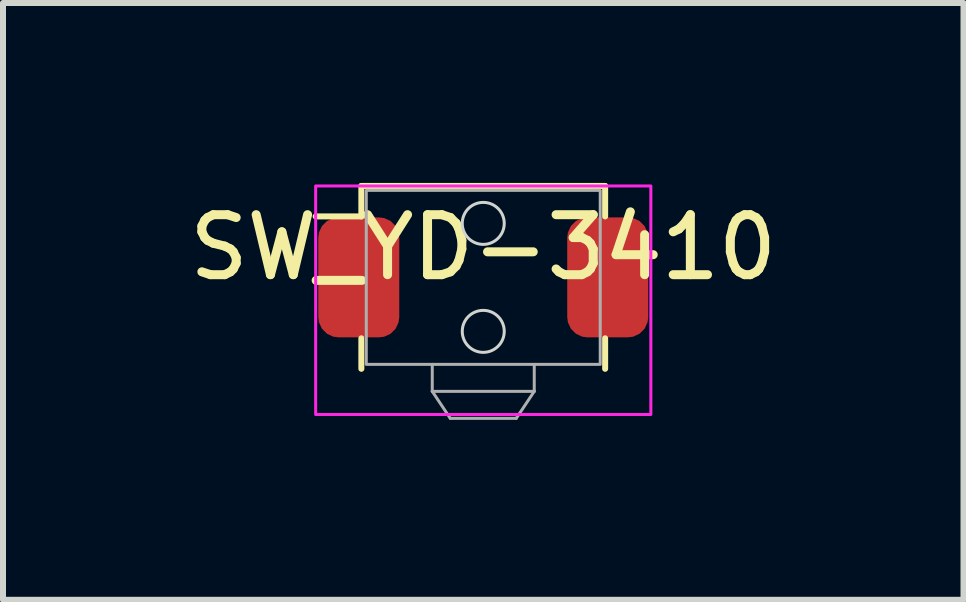
<source format=kicad_pcb>
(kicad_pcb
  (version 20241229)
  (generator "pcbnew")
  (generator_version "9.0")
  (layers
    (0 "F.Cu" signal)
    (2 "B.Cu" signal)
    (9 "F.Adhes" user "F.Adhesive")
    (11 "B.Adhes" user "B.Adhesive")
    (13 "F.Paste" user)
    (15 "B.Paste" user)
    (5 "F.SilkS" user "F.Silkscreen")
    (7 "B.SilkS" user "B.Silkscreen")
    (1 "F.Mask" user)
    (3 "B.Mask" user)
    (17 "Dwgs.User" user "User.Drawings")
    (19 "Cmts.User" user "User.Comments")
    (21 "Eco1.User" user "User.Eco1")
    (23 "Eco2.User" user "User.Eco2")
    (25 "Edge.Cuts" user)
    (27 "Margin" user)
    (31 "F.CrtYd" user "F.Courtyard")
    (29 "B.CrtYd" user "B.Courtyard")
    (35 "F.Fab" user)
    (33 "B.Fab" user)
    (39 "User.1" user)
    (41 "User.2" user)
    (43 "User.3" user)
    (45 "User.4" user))
  (footprint "SW_YD-3410"
    (layer "F.Cu")
    (at 5.006 1.574)
    (property "Reference" "SW_YD-3410" (at 0 -0.5 0) (unlocked yes) (layer "F.SilkS") (effects (font (size 1 1) (thickness 0.15))))
    (attr smd)
    (fp_line (start -2.794 -1.016) (end -2.032 -1.016) (stroke (width 0.1) (type solid)) (layer "F.SilkS"))
    (fp_line (start -2.032 -1.524) (end -2.032 -1.016) (stroke (width 0.1) (type solid)) (layer "F.SilkS"))
    (fp_line (start -2.032 -1.524) (end 2.032 -1.524) (stroke (width 0.1) (type solid)) (layer "F.SilkS"))
    (fp_line (start -2.032 1.016) (end -2.032 1.524) (stroke (width 0.1) (type solid)) (layer "F.SilkS"))
    (fp_line (start 2.032 -1.524) (end 2.032 -1.016) (stroke (width 0.1) (type solid)) (layer "F.SilkS"))
    (fp_line (start 2.032 1.016) (end 2.032 1.524) (stroke (width 0.1) (type solid)) (layer "F.SilkS"))
    (fp_circle (center 0 -0.9) (end 0.35 -0.9) (stroke (width 0.05) (type solid)) (fill no) (layer "Edge.Cuts"))
    (fp_circle (center 0 0.9) (end 0.35 0.9) (stroke (width 0.05) (type solid)) (fill no) (layer "Edge.Cuts"))
    (fp_rect (start -2.794 -1.524) (end 2.794 2.286) (stroke (width 0.05) (type solid)) (fill no) (layer "F.CrtYd"))
    (fp_line (start -0.85 1.45) (end -0.85 1.9) (stroke (width 0.05) (type solid)) (layer "F.Fab"))
    (fp_line (start -0.85 1.9) (end 0.85 1.9) (stroke (width 0.05) (type solid)) (layer "F.Fab"))
    (fp_line (start -0.55 2.35) (end -0.85 1.9) (stroke (width 0.05) (type solid)) (layer "F.Fab"))
    (fp_line (start -0.55 2.35) (end 0.55 2.35) (stroke (width 0.05) (type solid)) (layer "F.Fab"))
    (fp_line (start 0.55 2.35) (end 0.85 1.9) (stroke (width 0.05) (type solid)) (layer "F.Fab"))
    (fp_line (start 0.85 1.45) (end 0.85 1.9) (stroke (width 0.05) (type solid)) (layer "F.Fab"))
    (fp_rect (start -1.95 -1.45) (end 1.95 1.45) (stroke (width 0.05) (type solid)) (fill no) (layer "F.Fab"))
    (pad "1" smd roundrect (at -2.075 0 90) (size 2 1.35) (layers "F.Cu" "F.Mask" "F.Paste") (roundrect_rratio 0.25))
    (pad "2" smd roundrect (at 2.075 0 90) (size 2 1.35) (layers "F.Cu" "F.Mask" "F.Paste") (roundrect_rratio 0.25)))
  (gr_rect
    (start -3 -3)
    (end 13.012 6.949)
    (stroke (width 0.1) (type default))
    (fill no)
    (layer "Edge.Cuts")))
</source>
